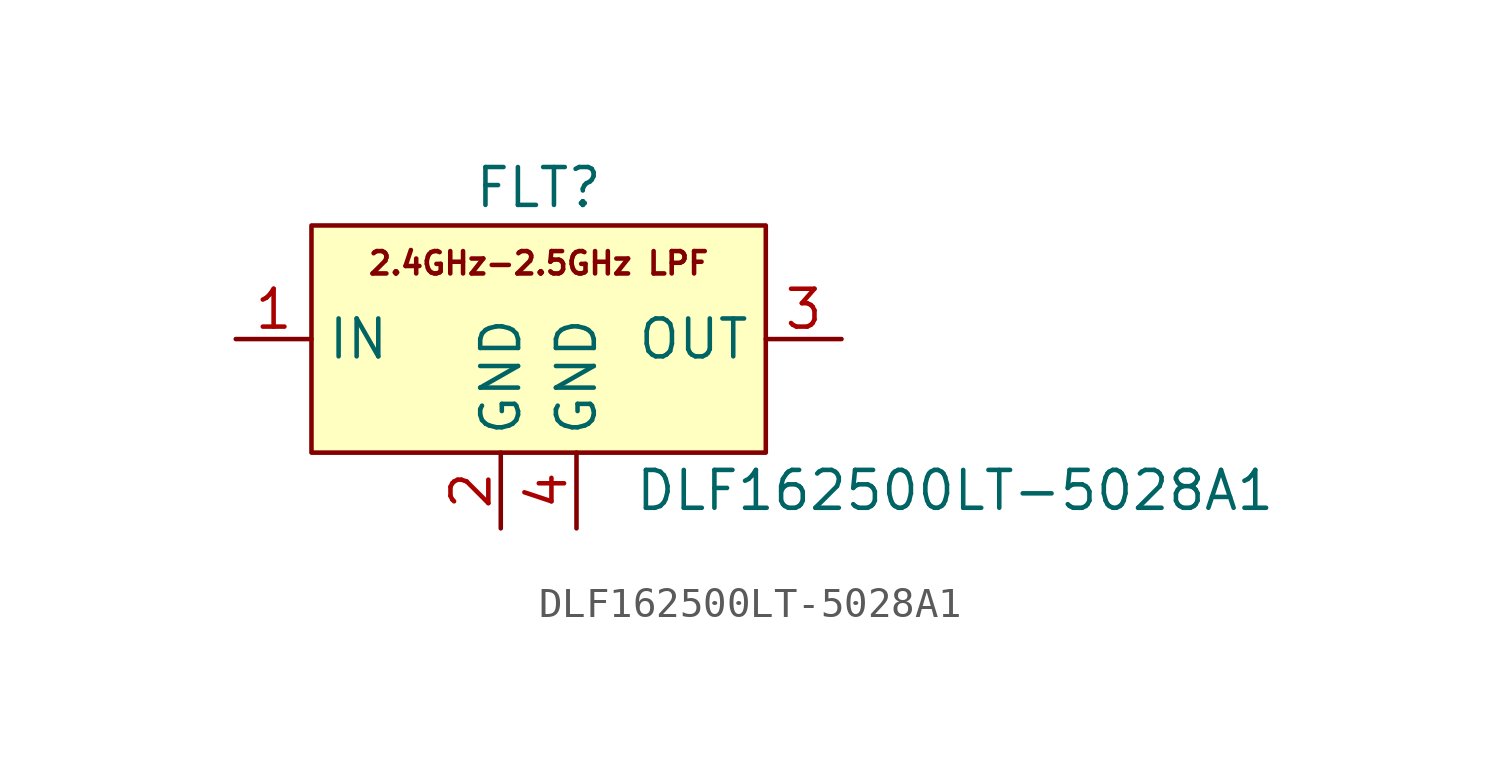
<source format=kicad_sym>
(kicad_symbol_lib
  (version 20220914)
  (generator kicad_symbol_editor)
  (symbol "DLF162500LT-5028A1"
    (property "Reference" "FLT"
      (at 0 5.08 0)
      (effects (font (size 1.27 1.27))))
    (property "Value" "DLF162500LT-5028A1"
      (at 13.97 -5.08 0)
      (effects (font (size 1.27 1.27))))
    (symbol "DLF162500LT-5028A1_0_0"
      (pin passive line (at -10.16 0 0) (length 2.54) (name "IN" (effects (font (size 1.27 1.27)))) (number "1" (effects (font (size 1.27 1.27)))))
      (pin passive line (at -1.27 -6.35 90) (length 2.54) (name "GND" (effects (font (size 1.27 1.27)))) (number "2" (effects (font (size 1.27 1.27)))))
      (pin passive line (at 10.16 0 180) (length 2.54) (name "OUT" (effects (font (size 1.27 1.27)))) (number "3" (effects (font (size 1.27 1.27)))))
      (pin passive line (at 1.27 -6.35 90) (length 2.54) (name "GND" (effects (font (size 1.27 1.27)))) (number "4" (effects (font (size 1.27 1.27))))))
    (symbol "DLF162500LT-5028A1_1_1"
      (rectangle (start -7.62 3.81) (end 7.62 -3.81) (stroke (width 0) (type default)) (fill (type background)))
      (text "2.4GHz-2.5GHz LPF" (at 0 2.54 0) (effects (font (size 0.75 0.75)))))))
</source>
